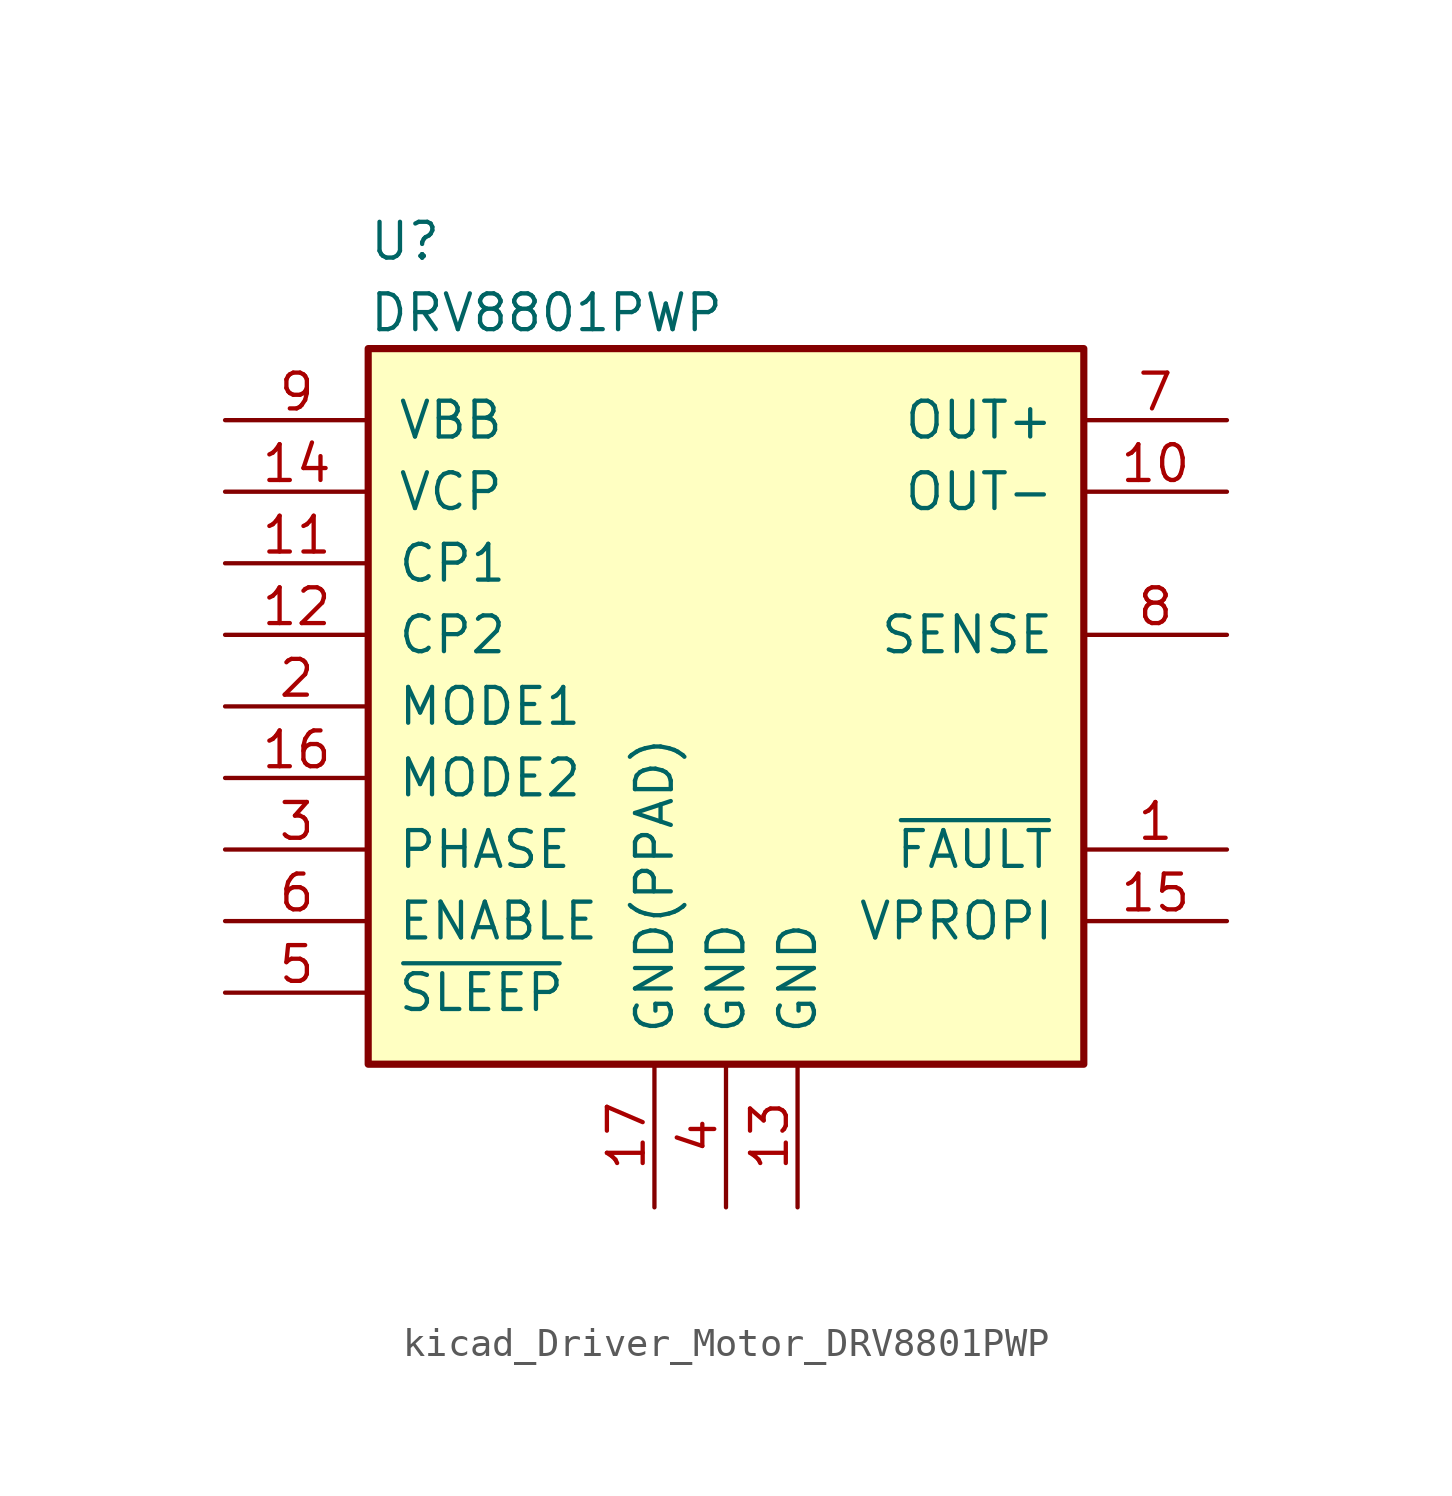
<source format=kicad_sym>
(kicad_symbol_lib
  (version 20220914)
  (generator kicad_symbol_editor)
  (symbol "kicad_Driver_Motor_DRV8801PWP"
    (pin_names
      (offset 1.016))
    (property "Reference" "U"
      (at -12.7 16.51 0)
      (effects (font (size 1.27 1.27)) (justify left)))
    (property "Value" "DRV8801PWP"
      (at -12.7 13.97 0)
      (effects (font (size 1.27 1.27)) (justify left)))
    (symbol "kicad_Driver_Motor_DRV8801PWP_0_1"
      (rectangle (start -12.7 12.7) (end 12.7 -12.7) (stroke (width 0.254) (type default)) (fill (type background))))
    (symbol "kicad_Driver_Motor_DRV8801PWP_1_1"
      (pin open_collector line (at 17.78 -5.08 180) (length 5.08) (name "~{FAULT}" (effects (font (size 1.27 1.27)))) (number "1" (effects (font (size 1.27 1.27)))))
      (pin power_out line (at 17.78 7.62 180) (length 5.08) (name "OUT-" (effects (font (size 1.27 1.27)))) (number "10" (effects (font (size 1.27 1.27)))))
      (pin power_in line (at -17.78 5.08 0) (length 5.08) (name "CP1" (effects (font (size 1.27 1.27)))) (number "11" (effects (font (size 1.27 1.27)))))
      (pin power_in line (at -17.78 2.54 0) (length 5.08) (name "CP2" (effects (font (size 1.27 1.27)))) (number "12" (effects (font (size 1.27 1.27)))))
      (pin power_in line (at 2.54 -17.78 90) (length 5.08) (name "GND" (effects (font (size 1.27 1.27)))) (number "13" (effects (font (size 1.27 1.27)))))
      (pin power_in line (at -17.78 7.62 0) (length 5.08) (name "VCP" (effects (font (size 1.27 1.27)))) (number "14" (effects (font (size 1.27 1.27)))))
      (pin output line (at 17.78 -7.62 180) (length 5.08) (name "VPROPI" (effects (font (size 1.27 1.27)))) (number "15" (effects (font (size 1.27 1.27)))))
      (pin input line (at -17.78 -2.54 0) (length 5.08) (name "MODE2" (effects (font (size 1.27 1.27)))) (number "16" (effects (font (size 1.27 1.27)))))
      (pin power_in line (at -2.54 -17.78 90) (length 5.08) (name "GND(PPAD)" (effects (font (size 1.27 1.27)))) (number "17" (effects (font (size 1.27 1.27)))))
      (pin input line (at -17.78 0 0) (length 5.08) (name "MODE1" (effects (font (size 1.27 1.27)))) (number "2" (effects (font (size 1.27 1.27)))))
      (pin input line (at -17.78 -5.08 0) (length 5.08) (name "PHASE" (effects (font (size 1.27 1.27)))) (number "3" (effects (font (size 1.27 1.27)))))
      (pin power_in line (at 0 -17.78 90) (length 5.08) (name "GND" (effects (font (size 1.27 1.27)))) (number "4" (effects (font (size 1.27 1.27)))))
      (pin input line (at -17.78 -10.16 0) (length 5.08) (name "~{SLEEP}" (effects (font (size 1.27 1.27)))) (number "5" (effects (font (size 1.27 1.27)))))
      (pin input line (at -17.78 -7.62 0) (length 5.08) (name "ENABLE" (effects (font (size 1.27 1.27)))) (number "6" (effects (font (size 1.27 1.27)))))
      (pin power_out line (at 17.78 10.16 180) (length 5.08) (name "OUT+" (effects (font (size 1.27 1.27)))) (number "7" (effects (font (size 1.27 1.27)))))
      (pin power_out line (at 17.78 2.54 180) (length 5.08) (name "SENSE" (effects (font (size 1.27 1.27)))) (number "8" (effects (font (size 1.27 1.27)))))
      (pin power_in line (at -17.78 10.16 0) (length 5.08) (name "VBB" (effects (font (size 1.27 1.27)))) (number "9" (effects (font (size 1.27 1.27))))))))
</source>
